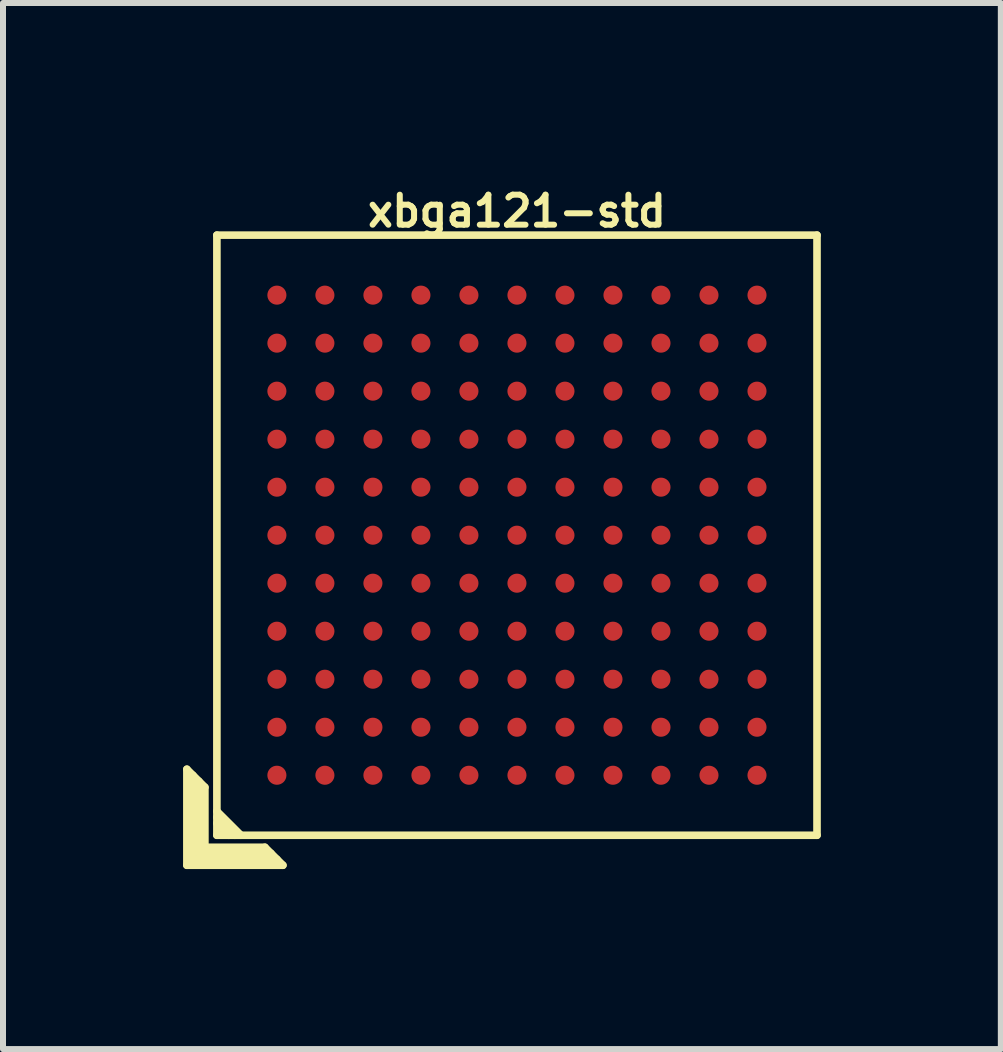
<source format=kicad_pcb>
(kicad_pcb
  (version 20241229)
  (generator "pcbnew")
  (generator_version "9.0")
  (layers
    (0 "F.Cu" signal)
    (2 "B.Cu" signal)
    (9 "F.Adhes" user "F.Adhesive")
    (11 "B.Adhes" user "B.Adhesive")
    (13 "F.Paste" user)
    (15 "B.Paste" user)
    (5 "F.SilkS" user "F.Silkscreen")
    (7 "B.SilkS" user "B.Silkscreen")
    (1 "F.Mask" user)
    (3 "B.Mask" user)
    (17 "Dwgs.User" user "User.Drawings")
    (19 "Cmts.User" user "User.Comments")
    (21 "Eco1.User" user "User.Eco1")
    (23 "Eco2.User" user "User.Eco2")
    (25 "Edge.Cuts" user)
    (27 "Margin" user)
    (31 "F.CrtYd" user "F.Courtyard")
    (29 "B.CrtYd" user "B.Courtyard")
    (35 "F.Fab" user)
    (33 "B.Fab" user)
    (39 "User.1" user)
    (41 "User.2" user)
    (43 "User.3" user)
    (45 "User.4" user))
  (footprint "xbga121-std"
    (layer "F.Cu")
    (at 5.564 5.868)
    (property "Reference" "xbga121-std" (at 0 -5.4 0) (layer "F.SilkS") (effects (font (size 0.5 0.5) (thickness 0.1))))
    (attr smd)
    (fp_line (start -5.5 3.9) (end -5.2 4.2) (stroke (width 0.127) (type solid)) (layer "F.SilkS"))
    (fp_line (start -5.5 5.5) (end -5.5 3.9) (stroke (width 0.127) (type solid)) (layer "F.SilkS"))
    (fp_line (start -5.4 5.4) (end -5.4 4) (stroke (width 0.127) (type solid)) (layer "F.SilkS"))
    (fp_line (start -5.3 4.1) (end -5.3 5.3) (stroke (width 0.127) (type solid)) (layer "F.SilkS"))
    (fp_line (start -5.3 5.3) (end -4.1 5.3) (stroke (width 0.127) (type solid)) (layer "F.SilkS"))
    (fp_line (start -5.2 4.2) (end -5.2 5.2) (stroke (width 0.127) (type solid)) (layer "F.SilkS"))
    (fp_line (start -5.2 5.2) (end -4.2 5.2) (stroke (width 0.127) (type solid)) (layer "F.SilkS"))
    (fp_line (start -5 -5) (end -5 5) (stroke (width 0.127) (type solid)) (layer "F.SilkS"))
    (fp_line (start -5 4.7) (end -4.7 5) (stroke (width 0.127) (type solid)) (layer "F.SilkS"))
    (fp_line (start -5 5) (end 5 5) (stroke (width 0.127) (type solid)) (layer "F.SilkS"))
    (fp_line (start -4.8 5) (end -5 4.8) (stroke (width 0.127) (type solid)) (layer "F.SilkS"))
    (fp_line (start -4.6 5) (end -5 4.6) (stroke (width 0.127) (type solid)) (layer "F.SilkS"))
    (fp_line (start -4.2 5.2) (end -3.9 5.5) (stroke (width 0.127) (type solid)) (layer "F.SilkS"))
    (fp_line (start -4 5.4) (end -5.4 5.4) (stroke (width 0.127) (type solid)) (layer "F.SilkS"))
    (fp_line (start -3.9 5.5) (end -5.5 5.5) (stroke (width 0.127) (type solid)) (layer "F.SilkS"))
    (fp_line (start 5 -5) (end -5 -5) (stroke (width 0.127) (type solid)) (layer "F.SilkS"))
    (fp_line (start 5 5) (end 5 -5) (stroke (width 0.127) (type solid)) (layer "F.SilkS"))
    (pad "A1" smd circle (at -4 4) (size 0.318 0.318) (layers "F.Cu" "F.Mask" "F.Paste"))
    (pad "A2" smd circle (at -4 3.2) (size 0.318 0.318) (layers "F.Cu" "F.Mask" "F.Paste"))
    (pad "A3" smd circle (at -4 2.4) (size 0.318 0.318) (layers "F.Cu" "F.Mask" "F.Paste"))
    (pad "A4" smd circle (at -4 1.6) (size 0.318 0.318) (layers "F.Cu" "F.Mask" "F.Paste"))
    (pad "A5" smd circle (at -4 0.8) (size 0.318 0.318) (layers "F.Cu" "F.Mask" "F.Paste"))
    (pad "A6" smd circle (at -4 0) (size 0.318 0.318) (layers "F.Cu" "F.Mask" "F.Paste"))
    (pad "A7" smd circle (at -4 -0.8) (size 0.318 0.318) (layers "F.Cu" "F.Mask" "F.Paste"))
    (pad "A8" smd circle (at -4 -1.6) (size 0.318 0.318) (layers "F.Cu" "F.Mask" "F.Paste"))
    (pad "A9" smd circle (at -4 -2.4) (size 0.318 0.318) (layers "F.Cu" "F.Mask" "F.Paste"))
    (pad "A10" smd circle (at -4 -3.2) (size 0.318 0.318) (layers "F.Cu" "F.Mask" "F.Paste"))
    (pad "A11" smd circle (at -4 -4) (size 0.318 0.318) (layers "F.Cu" "F.Mask" "F.Paste"))
    (pad "B1" smd circle (at -3.2 4) (size 0.318 0.318) (layers "F.Cu" "F.Mask" "F.Paste"))
    (pad "B2" smd circle (at -3.2 3.2) (size 0.318 0.318) (layers "F.Cu" "F.Mask" "F.Paste"))
    (pad "B3" smd circle (at -3.2 2.4) (size 0.318 0.318) (layers "F.Cu" "F.Mask" "F.Paste"))
    (pad "B4" smd circle (at -3.2 1.6) (size 0.318 0.318) (layers "F.Cu" "F.Mask" "F.Paste"))
    (pad "B5" smd circle (at -3.2 0.8) (size 0.318 0.318) (layers "F.Cu" "F.Mask" "F.Paste"))
    (pad "B6" smd circle (at -3.2 0) (size 0.318 0.318) (layers "F.Cu" "F.Mask" "F.Paste"))
    (pad "B7" smd circle (at -3.2 -0.8) (size 0.318 0.318) (layers "F.Cu" "F.Mask" "F.Paste"))
    (pad "B8" smd circle (at -3.2 -1.6) (size 0.318 0.318) (layers "F.Cu" "F.Mask" "F.Paste"))
    (pad "B9" smd circle (at -3.2 -2.4) (size 0.318 0.318) (layers "F.Cu" "F.Mask" "F.Paste"))
    (pad "B10" smd circle (at -3.2 -3.2) (size 0.318 0.318) (layers "F.Cu" "F.Mask" "F.Paste"))
    (pad "B11" smd circle (at -3.2 -4) (size 0.318 0.318) (layers "F.Cu" "F.Mask" "F.Paste"))
    (pad "C1" smd circle (at -2.4 4) (size 0.318 0.318) (layers "F.Cu" "F.Mask" "F.Paste"))
    (pad "C2" smd circle (at -2.4 3.2) (size 0.318 0.318) (layers "F.Cu" "F.Mask" "F.Paste"))
    (pad "C3" smd circle (at -2.4 2.4) (size 0.318 0.318) (layers "F.Cu" "F.Mask" "F.Paste"))
    (pad "C4" smd circle (at -2.4 1.6) (size 0.318 0.318) (layers "F.Cu" "F.Mask" "F.Paste"))
    (pad "C5" smd circle (at -2.4 0.8) (size 0.318 0.318) (layers "F.Cu" "F.Mask" "F.Paste"))
    (pad "C6" smd circle (at -2.4 0) (size 0.318 0.318) (layers "F.Cu" "F.Mask" "F.Paste"))
    (pad "C7" smd circle (at -2.4 -0.8) (size 0.318 0.318) (layers "F.Cu" "F.Mask" "F.Paste"))
    (pad "C8" smd circle (at -2.4 -1.6) (size 0.318 0.318) (layers "F.Cu" "F.Mask" "F.Paste"))
    (pad "C9" smd circle (at -2.4 -2.4) (size 0.318 0.318) (layers "F.Cu" "F.Mask" "F.Paste"))
    (pad "C10" smd circle (at -2.4 -3.2) (size 0.318 0.318) (layers "F.Cu" "F.Mask" "F.Paste"))
    (pad "C11" smd circle (at -2.4 -4) (size 0.318 0.318) (layers "F.Cu" "F.Mask" "F.Paste"))
    (pad "D1" smd circle (at -1.6 4) (size 0.318 0.318) (layers "F.Cu" "F.Mask" "F.Paste"))
    (pad "D2" smd circle (at -1.6 3.2) (size 0.318 0.318) (layers "F.Cu" "F.Mask" "F.Paste"))
    (pad "D3" smd circle (at -1.6 2.4) (size 0.318 0.318) (layers "F.Cu" "F.Mask" "F.Paste"))
    (pad "D4" smd circle (at -1.6 1.6) (size 0.318 0.318) (layers "F.Cu" "F.Mask" "F.Paste"))
    (pad "D5" smd circle (at -1.6 0.8) (size 0.318 0.318) (layers "F.Cu" "F.Mask" "F.Paste"))
    (pad "D6" smd circle (at -1.6 0) (size 0.318 0.318) (layers "F.Cu" "F.Mask" "F.Paste"))
    (pad "D7" smd circle (at -1.6 -0.8) (size 0.318 0.318) (layers "F.Cu" "F.Mask" "F.Paste"))
    (pad "D8" smd circle (at -1.6 -1.6) (size 0.318 0.318) (layers "F.Cu" "F.Mask" "F.Paste"))
    (pad "D9" smd circle (at -1.6 -2.4) (size 0.318 0.318) (layers "F.Cu" "F.Mask" "F.Paste"))
    (pad "D10" smd circle (at -1.6 -3.2) (size 0.318 0.318) (layers "F.Cu" "F.Mask" "F.Paste"))
    (pad "D11" smd circle (at -1.6 -4) (size 0.318 0.318) (layers "F.Cu" "F.Mask" "F.Paste"))
    (pad "E1" smd circle (at -0.8 4) (size 0.318 0.318) (layers "F.Cu" "F.Mask" "F.Paste"))
    (pad "E2" smd circle (at -0.8 3.2) (size 0.318 0.318) (layers "F.Cu" "F.Mask" "F.Paste"))
    (pad "E3" smd circle (at -0.8 2.4) (size 0.318 0.318) (layers "F.Cu" "F.Mask" "F.Paste"))
    (pad "E4" smd circle (at -0.8 1.6) (size 0.318 0.318) (layers "F.Cu" "F.Mask" "F.Paste"))
    (pad "E5" smd circle (at -0.8 0.8) (size 0.318 0.318) (layers "F.Cu" "F.Mask" "F.Paste"))
    (pad "E6" smd circle (at -0.8 0) (size 0.318 0.318) (layers "F.Cu" "F.Mask" "F.Paste"))
    (pad "E7" smd circle (at -0.8 -0.8) (size 0.318 0.318) (layers "F.Cu" "F.Mask" "F.Paste"))
    (pad "E8" smd circle (at -0.8 -1.6) (size 0.318 0.318) (layers "F.Cu" "F.Mask" "F.Paste"))
    (pad "E9" smd circle (at -0.8 -2.4) (size 0.318 0.318) (layers "F.Cu" "F.Mask" "F.Paste"))
    (pad "E10" smd circle (at -0.8 -3.2) (size 0.318 0.318) (layers "F.Cu" "F.Mask" "F.Paste"))
    (pad "E11" smd circle (at -0.8 -4) (size 0.318 0.318) (layers "F.Cu" "F.Mask" "F.Paste"))
    (pad "F1" smd circle (at 0 4) (size 0.318 0.318) (layers "F.Cu" "F.Mask" "F.Paste"))
    (pad "F2" smd circle (at 0 3.2) (size 0.318 0.318) (layers "F.Cu" "F.Mask" "F.Paste"))
    (pad "F3" smd circle (at 0 2.4) (size 0.318 0.318) (layers "F.Cu" "F.Mask" "F.Paste"))
    (pad "F4" smd circle (at 0 1.6) (size 0.318 0.318) (layers "F.Cu" "F.Mask" "F.Paste"))
    (pad "F5" smd circle (at 0 0.8) (size 0.318 0.318) (layers "F.Cu" "F.Mask" "F.Paste"))
    (pad "F6" smd circle (at 0 0) (size 0.318 0.318) (layers "F.Cu" "F.Mask" "F.Paste"))
    (pad "F7" smd circle (at 0 -0.8) (size 0.318 0.318) (layers "F.Cu" "F.Mask" "F.Paste"))
    (pad "F8" smd circle (at 0 -1.6) (size 0.318 0.318) (layers "F.Cu" "F.Mask" "F.Paste"))
    (pad "F9" smd circle (at 0 -2.4) (size 0.318 0.318) (layers "F.Cu" "F.Mask" "F.Paste"))
    (pad "F10" smd circle (at 0 -3.2) (size 0.318 0.318) (layers "F.Cu" "F.Mask" "F.Paste"))
    (pad "F11" smd circle (at 0 -4) (size 0.318 0.318) (layers "F.Cu" "F.Mask" "F.Paste"))
    (pad "G1" smd circle (at 0.8 4) (size 0.318 0.318) (layers "F.Cu" "F.Mask" "F.Paste"))
    (pad "G2" smd circle (at 0.8 3.2) (size 0.318 0.318) (layers "F.Cu" "F.Mask" "F.Paste"))
    (pad "G3" smd circle (at 0.8 2.4) (size 0.318 0.318) (layers "F.Cu" "F.Mask" "F.Paste"))
    (pad "G4" smd circle (at 0.8 1.6) (size 0.318 0.318) (layers "F.Cu" "F.Mask" "F.Paste"))
    (pad "G5" smd circle (at 0.8 0.8) (size 0.318 0.318) (layers "F.Cu" "F.Mask" "F.Paste"))
    (pad "G6" smd circle (at 0.8 0) (size 0.318 0.318) (layers "F.Cu" "F.Mask" "F.Paste"))
    (pad "G7" smd circle (at 0.8 -0.8) (size 0.318 0.318) (layers "F.Cu" "F.Mask" "F.Paste"))
    (pad "G8" smd circle (at 0.8 -1.6) (size 0.318 0.318) (layers "F.Cu" "F.Mask" "F.Paste"))
    (pad "G9" smd circle (at 0.8 -2.4) (size 0.318 0.318) (layers "F.Cu" "F.Mask" "F.Paste"))
    (pad "G10" smd circle (at 0.8 -3.2) (size 0.318 0.318) (layers "F.Cu" "F.Mask" "F.Paste"))
    (pad "G11" smd circle (at 0.8 -4) (size 0.318 0.318) (layers "F.Cu" "F.Mask" "F.Paste"))
    (pad "H1" smd circle (at 1.6 4) (size 0.318 0.318) (layers "F.Cu" "F.Mask" "F.Paste"))
    (pad "H2" smd circle (at 1.6 3.2) (size 0.318 0.318) (layers "F.Cu" "F.Mask" "F.Paste"))
    (pad "H3" smd circle (at 1.6 2.4) (size 0.318 0.318) (layers "F.Cu" "F.Mask" "F.Paste"))
    (pad "H4" smd circle (at 1.6 1.6) (size 0.318 0.318) (layers "F.Cu" "F.Mask" "F.Paste"))
    (pad "H5" smd circle (at 1.6 0.8) (size 0.318 0.318) (layers "F.Cu" "F.Mask" "F.Paste"))
    (pad "H6" smd circle (at 1.6 0) (size 0.318 0.318) (layers "F.Cu" "F.Mask" "F.Paste"))
    (pad "H7" smd circle (at 1.6 -0.8) (size 0.318 0.318) (layers "F.Cu" "F.Mask" "F.Paste"))
    (pad "H8" smd circle (at 1.6 -1.6) (size 0.318 0.318) (layers "F.Cu" "F.Mask" "F.Paste"))
    (pad "H9" smd circle (at 1.6 -2.4) (size 0.318 0.318) (layers "F.Cu" "F.Mask" "F.Paste"))
    (pad "H10" smd circle (at 1.6 -3.2) (size 0.318 0.318) (layers "F.Cu" "F.Mask" "F.Paste"))
    (pad "H11" smd circle (at 1.6 -4) (size 0.318 0.318) (layers "F.Cu" "F.Mask" "F.Paste"))
    (pad "J1" smd circle (at 2.4 4) (size 0.318 0.318) (layers "F.Cu" "F.Mask" "F.Paste"))
    (pad "J2" smd circle (at 2.4 3.2) (size 0.318 0.318) (layers "F.Cu" "F.Mask" "F.Paste"))
    (pad "J3" smd circle (at 2.4 2.4) (size 0.318 0.318) (layers "F.Cu" "F.Mask" "F.Paste"))
    (pad "J4" smd circle (at 2.4 1.6) (size 0.318 0.318) (layers "F.Cu" "F.Mask" "F.Paste"))
    (pad "J5" smd circle (at 2.4 0.8) (size 0.318 0.318) (layers "F.Cu" "F.Mask" "F.Paste"))
    (pad "J6" smd circle (at 2.4 0) (size 0.318 0.318) (layers "F.Cu" "F.Mask" "F.Paste"))
    (pad "J7" smd circle (at 2.4 -0.8) (size 0.318 0.318) (layers "F.Cu" "F.Mask" "F.Paste"))
    (pad "J8" smd circle (at 2.4 -1.6) (size 0.318 0.318) (layers "F.Cu" "F.Mask" "F.Paste"))
    (pad "J9" smd circle (at 2.4 -2.4) (size 0.318 0.318) (layers "F.Cu" "F.Mask" "F.Paste"))
    (pad "J10" smd circle (at 2.4 -3.2) (size 0.318 0.318) (layers "F.Cu" "F.Mask" "F.Paste"))
    (pad "J11" smd circle (at 2.4 -4) (size 0.318 0.318) (layers "F.Cu" "F.Mask" "F.Paste"))
    (pad "K1" smd circle (at 3.2 4) (size 0.318 0.318) (layers "F.Cu" "F.Mask" "F.Paste"))
    (pad "K2" smd circle (at 3.2 3.2) (size 0.318 0.318) (layers "F.Cu" "F.Mask" "F.Paste"))
    (pad "K3" smd circle (at 3.2 2.4) (size 0.318 0.318) (layers "F.Cu" "F.Mask" "F.Paste"))
    (pad "K4" smd circle (at 3.2 1.6) (size 0.318 0.318) (layers "F.Cu" "F.Mask" "F.Paste"))
    (pad "K5" smd circle (at 3.2 0.8) (size 0.318 0.318) (layers "F.Cu" "F.Mask" "F.Paste"))
    (pad "K6" smd circle (at 3.2 0) (size 0.318 0.318) (layers "F.Cu" "F.Mask" "F.Paste"))
    (pad "K7" smd circle (at 3.2 -0.8) (size 0.318 0.318) (layers "F.Cu" "F.Mask" "F.Paste"))
    (pad "K8" smd circle (at 3.2 -1.6) (size 0.318 0.318) (layers "F.Cu" "F.Mask" "F.Paste"))
    (pad "K9" smd circle (at 3.2 -2.4) (size 0.318 0.318) (layers "F.Cu" "F.Mask" "F.Paste"))
    (pad "K10" smd circle (at 3.2 -3.2) (size 0.318 0.318) (layers "F.Cu" "F.Mask" "F.Paste"))
    (pad "K11" smd circle (at 3.2 -4) (size 0.318 0.318) (layers "F.Cu" "F.Mask" "F.Paste"))
    (pad "L1" smd circle (at 4 4) (size 0.318 0.318) (layers "F.Cu" "F.Mask" "F.Paste"))
    (pad "L2" smd circle (at 4 3.2) (size 0.318 0.318) (layers "F.Cu" "F.Mask" "F.Paste"))
    (pad "L3" smd circle (at 4 2.4) (size 0.318 0.318) (layers "F.Cu" "F.Mask" "F.Paste"))
    (pad "L4" smd circle (at 4 1.6) (size 0.318 0.318) (layers "F.Cu" "F.Mask" "F.Paste"))
    (pad "L5" smd circle (at 4 0.8) (size 0.318 0.318) (layers "F.Cu" "F.Mask" "F.Paste"))
    (pad "L6" smd circle (at 4 0) (size 0.318 0.318) (layers "F.Cu" "F.Mask" "F.Paste"))
    (pad "L7" smd circle (at 4 -0.8) (size 0.318 0.318) (layers "F.Cu" "F.Mask" "F.Paste"))
    (pad "L8" smd circle (at 4 -1.6) (size 0.318 0.318) (layers "F.Cu" "F.Mask" "F.Paste"))
    (pad "L9" smd circle (at 4 -2.4) (size 0.318 0.318) (layers "F.Cu" "F.Mask" "F.Paste"))
    (pad "L10" smd circle (at 4 -3.2) (size 0.318 0.318) (layers "F.Cu" "F.Mask" "F.Paste"))
    (pad "L11" smd circle (at 4 -4) (size 0.318 0.318) (layers "F.Cu" "F.Mask" "F.Paste")))
  (gr_rect
    (start -3 -3)
    (end 13.627 14.431)
    (stroke (width 0.1) (type default))
    (fill no)
    (layer "Edge.Cuts")))
</source>
